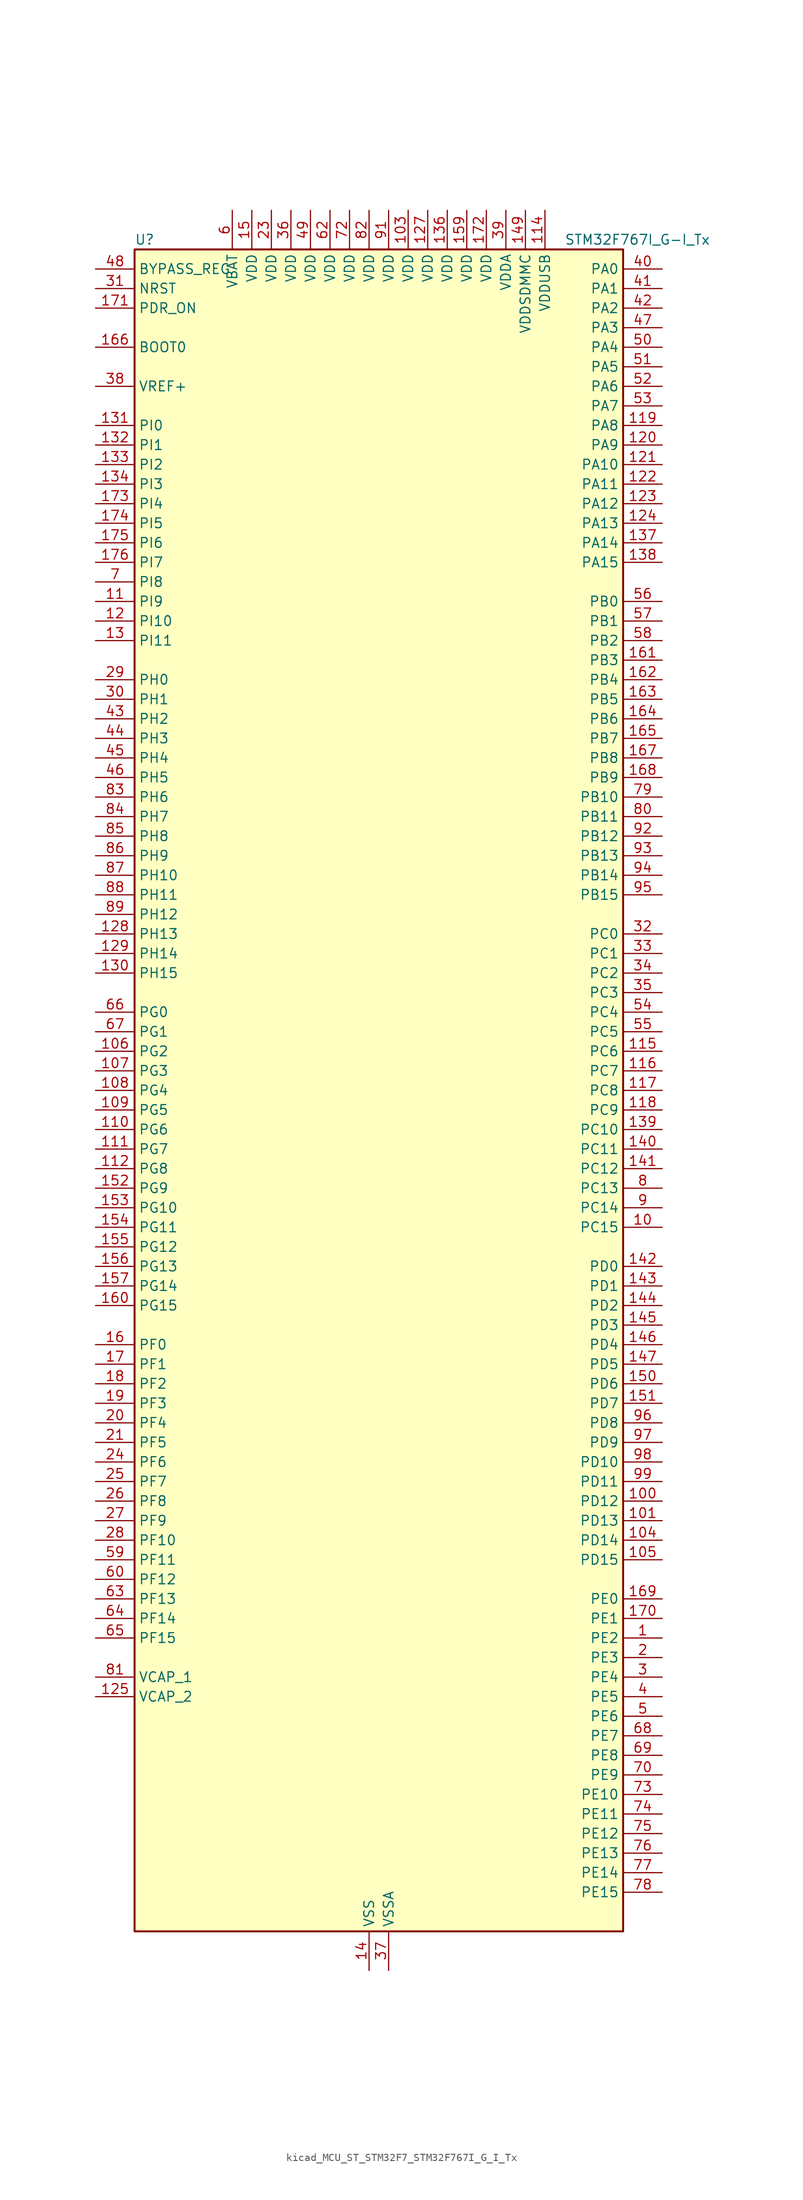
<source format=kicad_sym>
(kicad_symbol_lib
  (version 20220914)
  (generator kicad_symbol_editor)
  (symbol "kicad_MCU_ST_STM32F7_STM32F767I_G_I_Tx"
    (property "Reference" "U"
      (at -30.48 110.49 0)
      (effects (font (size 1.27 1.27)) (justify left)))
    (property "Value" "STM32F767I_G-I_Tx"
      (at 25.4 110.49 0)
      (effects (font (size 1.27 1.27)) (justify left)))
    (property "ki_locked" ""
      (at 0 0 0)
      (effects (font (size 1.27 1.27))))
    (symbol "kicad_MCU_ST_STM32F7_STM32F767I_G_I_Tx_0_1"
      (rectangle (start -30.48 -109.22) (end 33.02 109.22) (stroke (width 0.254) (type default)) (fill (type background))))
    (symbol "kicad_MCU_ST_STM32F7_STM32F767I_G_I_Tx_1_1"
      (pin bidirectional line (at 38.1 -71.12 180) (length 5.08) (name "PE2" (effects (font (size 1.27 1.27)))) (number "1" (effects (font (size 1.27 1.27)))) (alternate "ETH_TXD3" bidirectional line) (alternate "FMC_A23" bidirectional line) (alternate "QUADSPI_BK1_IO2" bidirectional line) (alternate "SAI1_MCLK_A" bidirectional line) (alternate "SPI4_SCK" bidirectional line) (alternate "SYS_TRACECLK" bidirectional line))
      (pin bidirectional line (at 38.1 -17.78 180) (length 5.08) (name "PC15" (effects (font (size 1.27 1.27)))) (number "10" (effects (font (size 1.27 1.27)))) (alternate "RCC_OSC32_OUT" bidirectional line))
      (pin bidirectional line (at 38.1 -53.34 180) (length 5.08) (name "PD12" (effects (font (size 1.27 1.27)))) (number "100" (effects (font (size 1.27 1.27)))) (alternate "FMC_A17" bidirectional line) (alternate "FMC_ALE" bidirectional line) (alternate "I2C4_SCL" bidirectional line) (alternate "LPTIM1_IN1" bidirectional line) (alternate "QUADSPI_BK1_IO1" bidirectional line) (alternate "SAI2_FS_A" bidirectional line) (alternate "TIM4_CH1" bidirectional line) (alternate "USART3_DE" bidirectional line) (alternate "USART3_RTS" bidirectional line))
      (pin bidirectional line (at 38.1 -55.88 180) (length 5.08) (name "PD13" (effects (font (size 1.27 1.27)))) (number "101" (effects (font (size 1.27 1.27)))) (alternate "FMC_A18" bidirectional line) (alternate "I2C4_SDA" bidirectional line) (alternate "LPTIM1_OUT" bidirectional line) (alternate "QUADSPI_BK1_IO3" bidirectional line) (alternate "SAI2_SCK_A" bidirectional line) (alternate "TIM4_CH2" bidirectional line))
      (pin passive line (at 0 -114.3 90) (length 5.08) hide (name "VSS" (effects (font (size 1.27 1.27)))) (number "102" (effects (font (size 1.27 1.27)))))
      (pin power_in line (at 5.08 114.3 270) (length 5.08) (name "VDD" (effects (font (size 1.27 1.27)))) (number "103" (effects (font (size 1.27 1.27)))))
      (pin bidirectional line (at 38.1 -58.42 180) (length 5.08) (name "PD14" (effects (font (size 1.27 1.27)))) (number "104" (effects (font (size 1.27 1.27)))) (alternate "FMC_D0" bidirectional line) (alternate "FMC_DA0" bidirectional line) (alternate "TIM4_CH3" bidirectional line) (alternate "UART8_CTS" bidirectional line))
      (pin bidirectional line (at 38.1 -60.96 180) (length 5.08) (name "PD15" (effects (font (size 1.27 1.27)))) (number "105" (effects (font (size 1.27 1.27)))) (alternate "FMC_D1" bidirectional line) (alternate "FMC_DA1" bidirectional line) (alternate "TIM4_CH4" bidirectional line) (alternate "UART8_DE" bidirectional line) (alternate "UART8_RTS" bidirectional line))
      (pin bidirectional line (at -35.56 5.08 0) (length 5.08) (name "PG2" (effects (font (size 1.27 1.27)))) (number "106" (effects (font (size 1.27 1.27)))) (alternate "FMC_A12" bidirectional line))
      (pin bidirectional line (at -35.56 2.54 0) (length 5.08) (name "PG3" (effects (font (size 1.27 1.27)))) (number "107" (effects (font (size 1.27 1.27)))) (alternate "FMC_A13" bidirectional line))
      (pin bidirectional line (at -35.56 0 0) (length 5.08) (name "PG4" (effects (font (size 1.27 1.27)))) (number "108" (effects (font (size 1.27 1.27)))) (alternate "FMC_A14" bidirectional line) (alternate "FMC_BA0" bidirectional line))
      (pin bidirectional line (at -35.56 -2.54 0) (length 5.08) (name "PG5" (effects (font (size 1.27 1.27)))) (number "109" (effects (font (size 1.27 1.27)))) (alternate "FMC_A15" bidirectional line) (alternate "FMC_BA1" bidirectional line))
      (pin bidirectional line (at -35.56 63.5 0) (length 5.08) (name "PI9" (effects (font (size 1.27 1.27)))) (number "11" (effects (font (size 1.27 1.27)))) (alternate "CAN1_RX" bidirectional line) (alternate "DAC_EXTI9" bidirectional line) (alternate "FMC_D30" bidirectional line) (alternate "LTDC_VSYNC" bidirectional line) (alternate "UART4_RX" bidirectional line))
      (pin bidirectional line (at -35.56 -5.08 0) (length 5.08) (name "PG6" (effects (font (size 1.27 1.27)))) (number "110" (effects (font (size 1.27 1.27)))) (alternate "DCMI_D12" bidirectional line) (alternate "FMC_NE3" bidirectional line) (alternate "LTDC_R7" bidirectional line))
      (pin bidirectional line (at -35.56 -7.62 0) (length 5.08) (name "PG7" (effects (font (size 1.27 1.27)))) (number "111" (effects (font (size 1.27 1.27)))) (alternate "DCMI_D13" bidirectional line) (alternate "FMC_INT" bidirectional line) (alternate "LTDC_CLK" bidirectional line) (alternate "SAI1_MCLK_A" bidirectional line) (alternate "USART6_CK" bidirectional line))
      (pin bidirectional line (at -35.56 -10.16 0) (length 5.08) (name "PG8" (effects (font (size 1.27 1.27)))) (number "112" (effects (font (size 1.27 1.27)))) (alternate "ETH_PPS_OUT" bidirectional line) (alternate "FMC_SDCLK" bidirectional line) (alternate "LTDC_G7" bidirectional line) (alternate "SPDIFRX_IN2" bidirectional line) (alternate "SPI6_NSS" bidirectional line) (alternate "USART6_DE" bidirectional line) (alternate "USART6_RTS" bidirectional line))
      (pin passive line (at 0 -114.3 90) (length 5.08) hide (name "VSS" (effects (font (size 1.27 1.27)))) (number "113" (effects (font (size 1.27 1.27)))))
      (pin power_in line (at 22.86 114.3 270) (length 5.08) (name "VDDUSB" (effects (font (size 1.27 1.27)))) (number "114" (effects (font (size 1.27 1.27)))))
      (pin bidirectional line (at 38.1 5.08 180) (length 5.08) (name "PC6" (effects (font (size 1.27 1.27)))) (number "115" (effects (font (size 1.27 1.27)))) (alternate "DCMI_D0" bidirectional line) (alternate "DFSDM1_CKIN3" bidirectional line) (alternate "FMC_NWAIT" bidirectional line) (alternate "I2S2_MCK" bidirectional line) (alternate "LTDC_HSYNC" bidirectional line) (alternate "SDMMC1_D6" bidirectional line) (alternate "SDMMC2_D6" bidirectional line) (alternate "TIM3_CH1" bidirectional line) (alternate "TIM8_CH1" bidirectional line) (alternate "USART6_TX" bidirectional line))
      (pin bidirectional line (at 38.1 2.54 180) (length 5.08) (name "PC7" (effects (font (size 1.27 1.27)))) (number "116" (effects (font (size 1.27 1.27)))) (alternate "DCMI_D1" bidirectional line) (alternate "DFSDM1_DATIN3" bidirectional line) (alternate "FMC_NE1" bidirectional line) (alternate "I2S3_MCK" bidirectional line) (alternate "LTDC_G6" bidirectional line) (alternate "SDMMC1_D7" bidirectional line) (alternate "SDMMC2_D7" bidirectional line) (alternate "TIM3_CH2" bidirectional line) (alternate "TIM8_CH2" bidirectional line) (alternate "USART6_RX" bidirectional line))
      (pin bidirectional line (at 38.1 0 180) (length 5.08) (name "PC8" (effects (font (size 1.27 1.27)))) (number "117" (effects (font (size 1.27 1.27)))) (alternate "DCMI_D2" bidirectional line) (alternate "FMC_NCE" bidirectional line) (alternate "FMC_NE2" bidirectional line) (alternate "SDMMC1_D0" bidirectional line) (alternate "SYS_TRACED1" bidirectional line) (alternate "TIM3_CH3" bidirectional line) (alternate "TIM8_CH3" bidirectional line) (alternate "UART5_DE" bidirectional line) (alternate "UART5_RTS" bidirectional line) (alternate "USART6_CK" bidirectional line))
      (pin bidirectional line (at 38.1 -2.54 180) (length 5.08) (name "PC9" (effects (font (size 1.27 1.27)))) (number "118" (effects (font (size 1.27 1.27)))) (alternate "DAC_EXTI9" bidirectional line) (alternate "DCMI_D3" bidirectional line) (alternate "I2C3_SDA" bidirectional line) (alternate "I2S_CKIN" bidirectional line) (alternate "LTDC_B2" bidirectional line) (alternate "LTDC_G3" bidirectional line) (alternate "QUADSPI_BK1_IO0" bidirectional line) (alternate "RCC_MCO_2" bidirectional line) (alternate "SDMMC1_D1" bidirectional line) (alternate "TIM3_CH4" bidirectional line) (alternate "TIM8_CH4" bidirectional line) (alternate "UART5_CTS" bidirectional line))
      (pin bidirectional line (at 38.1 86.36 180) (length 5.08) (name "PA8" (effects (font (size 1.27 1.27)))) (number "119" (effects (font (size 1.27 1.27)))) (alternate "CAN3_RX" bidirectional line) (alternate "I2C3_SCL" bidirectional line) (alternate "LTDC_B3" bidirectional line) (alternate "LTDC_R6" bidirectional line) (alternate "RCC_MCO_1" bidirectional line) (alternate "TIM1_CH1" bidirectional line) (alternate "TIM8_BKIN2" bidirectional line) (alternate "UART7_RX" bidirectional line) (alternate "USART1_CK" bidirectional line) (alternate "USB_OTG_FS_SOF" bidirectional line))
      (pin bidirectional line (at -35.56 60.96 0) (length 5.08) (name "PI10" (effects (font (size 1.27 1.27)))) (number "12" (effects (font (size 1.27 1.27)))) (alternate "ETH_RX_ER" bidirectional line) (alternate "FMC_D31" bidirectional line) (alternate "LTDC_HSYNC" bidirectional line))
      (pin bidirectional line (at 38.1 83.82 180) (length 5.08) (name "PA9" (effects (font (size 1.27 1.27)))) (number "120" (effects (font (size 1.27 1.27)))) (alternate "DAC_EXTI9" bidirectional line) (alternate "DCMI_D0" bidirectional line) (alternate "I2C3_SMBA" bidirectional line) (alternate "I2S2_CK" bidirectional line) (alternate "LTDC_R5" bidirectional line) (alternate "SPI2_SCK" bidirectional line) (alternate "TIM1_CH2" bidirectional line) (alternate "USART1_TX" bidirectional line) (alternate "USB_OTG_FS_VBUS" bidirectional line))
      (pin bidirectional line (at 38.1 81.28 180) (length 5.08) (name "PA10" (effects (font (size 1.27 1.27)))) (number "121" (effects (font (size 1.27 1.27)))) (alternate "DCMI_D1" bidirectional line) (alternate "LTDC_B1" bidirectional line) (alternate "LTDC_B4" bidirectional line) (alternate "MDIOS_MDIO" bidirectional line) (alternate "TIM1_CH3" bidirectional line) (alternate "USART1_RX" bidirectional line) (alternate "USB_OTG_FS_ID" bidirectional line))
      (pin bidirectional line (at 38.1 78.74 180) (length 5.08) (name "PA11" (effects (font (size 1.27 1.27)))) (number "122" (effects (font (size 1.27 1.27)))) (alternate "ADC1_EXTI11" bidirectional line) (alternate "ADC2_EXTI11" bidirectional line) (alternate "ADC3_EXTI11" bidirectional line) (alternate "CAN1_RX" bidirectional line) (alternate "I2S2_WS" bidirectional line) (alternate "LTDC_R4" bidirectional line) (alternate "SPI2_NSS" bidirectional line) (alternate "TIM1_CH4" bidirectional line) (alternate "UART4_RX" bidirectional line) (alternate "USART1_CTS" bidirectional line) (alternate "USB_OTG_FS_DM" bidirectional line))
      (pin bidirectional line (at 38.1 76.2 180) (length 5.08) (name "PA12" (effects (font (size 1.27 1.27)))) (number "123" (effects (font (size 1.27 1.27)))) (alternate "CAN1_TX" bidirectional line) (alternate "I2S2_CK" bidirectional line) (alternate "LTDC_R5" bidirectional line) (alternate "SAI2_FS_B" bidirectional line) (alternate "SPI2_SCK" bidirectional line) (alternate "TIM1_ETR" bidirectional line) (alternate "UART4_TX" bidirectional line) (alternate "USART1_DE" bidirectional line) (alternate "USART1_RTS" bidirectional line) (alternate "USB_OTG_FS_DP" bidirectional line))
      (pin bidirectional line (at 38.1 73.66 180) (length 5.08) (name "PA13" (effects (font (size 1.27 1.27)))) (number "124" (effects (font (size 1.27 1.27)))) (alternate "SYS_JTMS-SWDIO" bidirectional line))
      (pin power_out line (at -35.56 -78.74 0) (length 5.08) (name "VCAP_2" (effects (font (size 1.27 1.27)))) (number "125" (effects (font (size 1.27 1.27)))))
      (pin passive line (at 0 -114.3 90) (length 5.08) hide (name "VSS" (effects (font (size 1.27 1.27)))) (number "126" (effects (font (size 1.27 1.27)))))
      (pin power_in line (at 7.62 114.3 270) (length 5.08) (name "VDD" (effects (font (size 1.27 1.27)))) (number "127" (effects (font (size 1.27 1.27)))))
      (pin bidirectional line (at -35.56 20.32 0) (length 5.08) (name "PH13" (effects (font (size 1.27 1.27)))) (number "128" (effects (font (size 1.27 1.27)))) (alternate "CAN1_TX" bidirectional line) (alternate "FMC_D21" bidirectional line) (alternate "LTDC_G2" bidirectional line) (alternate "TIM8_CH1N" bidirectional line) (alternate "UART4_TX" bidirectional line))
      (pin bidirectional line (at -35.56 17.78 0) (length 5.08) (name "PH14" (effects (font (size 1.27 1.27)))) (number "129" (effects (font (size 1.27 1.27)))) (alternate "CAN1_RX" bidirectional line) (alternate "DCMI_D4" bidirectional line) (alternate "FMC_D22" bidirectional line) (alternate "LTDC_G3" bidirectional line) (alternate "TIM8_CH2N" bidirectional line) (alternate "UART4_RX" bidirectional line))
      (pin bidirectional line (at -35.56 58.42 0) (length 5.08) (name "PI11" (effects (font (size 1.27 1.27)))) (number "13" (effects (font (size 1.27 1.27)))) (alternate "ADC1_EXTI11" bidirectional line) (alternate "ADC2_EXTI11" bidirectional line) (alternate "ADC3_EXTI11" bidirectional line) (alternate "LTDC_G6" bidirectional line) (alternate "SYS_WKUP6" bidirectional line) (alternate "USB_OTG_HS_ULPI_DIR" bidirectional line))
      (pin bidirectional line (at -35.56 15.24 0) (length 5.08) (name "PH15" (effects (font (size 1.27 1.27)))) (number "130" (effects (font (size 1.27 1.27)))) (alternate "DCMI_D11" bidirectional line) (alternate "FMC_D23" bidirectional line) (alternate "LTDC_G4" bidirectional line) (alternate "TIM8_CH3N" bidirectional line))
      (pin bidirectional line (at -35.56 86.36 0) (length 5.08) (name "PI0" (effects (font (size 1.27 1.27)))) (number "131" (effects (font (size 1.27 1.27)))) (alternate "DCMI_D13" bidirectional line) (alternate "FMC_D24" bidirectional line) (alternate "I2S2_WS" bidirectional line) (alternate "LTDC_G5" bidirectional line) (alternate "SPI2_NSS" bidirectional line) (alternate "TIM5_CH4" bidirectional line))
      (pin bidirectional line (at -35.56 83.82 0) (length 5.08) (name "PI1" (effects (font (size 1.27 1.27)))) (number "132" (effects (font (size 1.27 1.27)))) (alternate "DCMI_D8" bidirectional line) (alternate "FMC_D25" bidirectional line) (alternate "I2S2_CK" bidirectional line) (alternate "LTDC_G6" bidirectional line) (alternate "SPI2_SCK" bidirectional line) (alternate "TIM8_BKIN2" bidirectional line))
      (pin bidirectional line (at -35.56 81.28 0) (length 5.08) (name "PI2" (effects (font (size 1.27 1.27)))) (number "133" (effects (font (size 1.27 1.27)))) (alternate "DCMI_D9" bidirectional line) (alternate "FMC_D26" bidirectional line) (alternate "LTDC_G7" bidirectional line) (alternate "SPI2_MISO" bidirectional line) (alternate "TIM8_CH4" bidirectional line))
      (pin bidirectional line (at -35.56 78.74 0) (length 5.08) (name "PI3" (effects (font (size 1.27 1.27)))) (number "134" (effects (font (size 1.27 1.27)))) (alternate "DCMI_D10" bidirectional line) (alternate "FMC_D27" bidirectional line) (alternate "I2S2_SD" bidirectional line) (alternate "SPI2_MOSI" bidirectional line) (alternate "TIM8_ETR" bidirectional line))
      (pin passive line (at 0 -114.3 90) (length 5.08) hide (name "VSS" (effects (font (size 1.27 1.27)))) (number "135" (effects (font (size 1.27 1.27)))))
      (pin power_in line (at 10.16 114.3 270) (length 5.08) (name "VDD" (effects (font (size 1.27 1.27)))) (number "136" (effects (font (size 1.27 1.27)))))
      (pin bidirectional line (at 38.1 71.12 180) (length 5.08) (name "PA14" (effects (font (size 1.27 1.27)))) (number "137" (effects (font (size 1.27 1.27)))) (alternate "SYS_JTCK-SWCLK" bidirectional line))
      (pin bidirectional line (at 38.1 68.58 180) (length 5.08) (name "PA15" (effects (font (size 1.27 1.27)))) (number "138" (effects (font (size 1.27 1.27)))) (alternate "CAN3_TX" bidirectional line) (alternate "CEC" bidirectional line) (alternate "I2S1_WS" bidirectional line) (alternate "I2S3_WS" bidirectional line) (alternate "SPI1_NSS" bidirectional line) (alternate "SPI3_NSS" bidirectional line) (alternate "SPI6_NSS" bidirectional line) (alternate "SYS_JTDI" bidirectional line) (alternate "TIM2_CH1" bidirectional line) (alternate "TIM2_ETR" bidirectional line) (alternate "UART4_DE" bidirectional line) (alternate "UART4_RTS" bidirectional line) (alternate "UART7_TX" bidirectional line))
      (pin bidirectional line (at 38.1 -5.08 180) (length 5.08) (name "PC10" (effects (font (size 1.27 1.27)))) (number "139" (effects (font (size 1.27 1.27)))) (alternate "DCMI_D8" bidirectional line) (alternate "DFSDM1_CKIN5" bidirectional line) (alternate "I2S3_CK" bidirectional line) (alternate "LTDC_R2" bidirectional line) (alternate "QUADSPI_BK1_IO1" bidirectional line) (alternate "SDMMC1_D2" bidirectional line) (alternate "SPI3_SCK" bidirectional line) (alternate "UART4_TX" bidirectional line) (alternate "USART3_TX" bidirectional line))
      (pin power_in line (at 0 -114.3 90) (length 5.08) (name "VSS" (effects (font (size 1.27 1.27)))) (number "14" (effects (font (size 1.27 1.27)))))
      (pin bidirectional line (at 38.1 -7.62 180) (length 5.08) (name "PC11" (effects (font (size 1.27 1.27)))) (number "140" (effects (font (size 1.27 1.27)))) (alternate "ADC1_EXTI11" bidirectional line) (alternate "ADC2_EXTI11" bidirectional line) (alternate "ADC3_EXTI11" bidirectional line) (alternate "DCMI_D4" bidirectional line) (alternate "DFSDM1_DATIN5" bidirectional line) (alternate "QUADSPI_BK2_NCS" bidirectional line) (alternate "SDMMC1_D3" bidirectional line) (alternate "SPI3_MISO" bidirectional line) (alternate "UART4_RX" bidirectional line) (alternate "USART3_RX" bidirectional line))
      (pin bidirectional line (at 38.1 -10.16 180) (length 5.08) (name "PC12" (effects (font (size 1.27 1.27)))) (number "141" (effects (font (size 1.27 1.27)))) (alternate "DCMI_D9" bidirectional line) (alternate "I2S3_SD" bidirectional line) (alternate "SDMMC1_CK" bidirectional line) (alternate "SPI3_MOSI" bidirectional line) (alternate "SYS_TRACED3" bidirectional line) (alternate "UART5_TX" bidirectional line) (alternate "USART3_CK" bidirectional line))
      (pin bidirectional line (at 38.1 -22.86 180) (length 5.08) (name "PD0" (effects (font (size 1.27 1.27)))) (number "142" (effects (font (size 1.27 1.27)))) (alternate "CAN1_RX" bidirectional line) (alternate "DFSDM1_CKIN6" bidirectional line) (alternate "DFSDM1_DATIN7" bidirectional line) (alternate "FMC_D2" bidirectional line) (alternate "FMC_DA2" bidirectional line) (alternate "UART4_RX" bidirectional line))
      (pin bidirectional line (at 38.1 -25.4 180) (length 5.08) (name "PD1" (effects (font (size 1.27 1.27)))) (number "143" (effects (font (size 1.27 1.27)))) (alternate "CAN1_TX" bidirectional line) (alternate "DFSDM1_CKIN7" bidirectional line) (alternate "DFSDM1_DATIN6" bidirectional line) (alternate "FMC_D3" bidirectional line) (alternate "FMC_DA3" bidirectional line) (alternate "UART4_TX" bidirectional line))
      (pin bidirectional line (at 38.1 -27.94 180) (length 5.08) (name "PD2" (effects (font (size 1.27 1.27)))) (number "144" (effects (font (size 1.27 1.27)))) (alternate "DCMI_D11" bidirectional line) (alternate "SDMMC1_CMD" bidirectional line) (alternate "SYS_TRACED2" bidirectional line) (alternate "TIM3_ETR" bidirectional line) (alternate "UART5_RX" bidirectional line))
      (pin bidirectional line (at 38.1 -30.48 180) (length 5.08) (name "PD3" (effects (font (size 1.27 1.27)))) (number "145" (effects (font (size 1.27 1.27)))) (alternate "DCMI_D5" bidirectional line) (alternate "DFSDM1_CKOUT" bidirectional line) (alternate "DFSDM1_DATIN0" bidirectional line) (alternate "FMC_CLK" bidirectional line) (alternate "I2S2_CK" bidirectional line) (alternate "LTDC_G7" bidirectional line) (alternate "SPI2_SCK" bidirectional line) (alternate "USART2_CTS" bidirectional line))
      (pin bidirectional line (at 38.1 -33.02 180) (length 5.08) (name "PD4" (effects (font (size 1.27 1.27)))) (number "146" (effects (font (size 1.27 1.27)))) (alternate "DFSDM1_CKIN0" bidirectional line) (alternate "FMC_NOE" bidirectional line) (alternate "USART2_DE" bidirectional line) (alternate "USART2_RTS" bidirectional line))
      (pin bidirectional line (at 38.1 -35.56 180) (length 5.08) (name "PD5" (effects (font (size 1.27 1.27)))) (number "147" (effects (font (size 1.27 1.27)))) (alternate "FMC_NWE" bidirectional line) (alternate "USART2_TX" bidirectional line))
      (pin passive line (at 0 -114.3 90) (length 5.08) hide (name "VSS" (effects (font (size 1.27 1.27)))) (number "148" (effects (font (size 1.27 1.27)))))
      (pin power_in line (at 20.32 114.3 270) (length 5.08) (name "VDDSDMMC" (effects (font (size 1.27 1.27)))) (number "149" (effects (font (size 1.27 1.27)))))
      (pin power_in line (at -15.24 114.3 270) (length 5.08) (name "VDD" (effects (font (size 1.27 1.27)))) (number "15" (effects (font (size 1.27 1.27)))))
      (pin bidirectional line (at 38.1 -38.1 180) (length 5.08) (name "PD6" (effects (font (size 1.27 1.27)))) (number "150" (effects (font (size 1.27 1.27)))) (alternate "DCMI_D10" bidirectional line) (alternate "DFSDM1_CKIN4" bidirectional line) (alternate "DFSDM1_DATIN1" bidirectional line) (alternate "FMC_NWAIT" bidirectional line) (alternate "I2S3_SD" bidirectional line) (alternate "LTDC_B2" bidirectional line) (alternate "SAI1_SD_A" bidirectional line) (alternate "SDMMC2_CK" bidirectional line) (alternate "SPI3_MOSI" bidirectional line) (alternate "USART2_RX" bidirectional line))
      (pin bidirectional line (at 38.1 -40.64 180) (length 5.08) (name "PD7" (effects (font (size 1.27 1.27)))) (number "151" (effects (font (size 1.27 1.27)))) (alternate "DFSDM1_CKIN1" bidirectional line) (alternate "DFSDM1_DATIN4" bidirectional line) (alternate "FMC_NE1" bidirectional line) (alternate "I2S1_SD" bidirectional line) (alternate "SDMMC2_CMD" bidirectional line) (alternate "SPDIFRX_IN0" bidirectional line) (alternate "SPI1_MOSI" bidirectional line) (alternate "USART2_CK" bidirectional line))
      (pin bidirectional line (at -35.56 -12.7 0) (length 5.08) (name "PG9" (effects (font (size 1.27 1.27)))) (number "152" (effects (font (size 1.27 1.27)))) (alternate "DAC_EXTI9" bidirectional line) (alternate "DCMI_VSYNC" bidirectional line) (alternate "FMC_NCE" bidirectional line) (alternate "FMC_NE2" bidirectional line) (alternate "QUADSPI_BK2_IO2" bidirectional line) (alternate "SAI2_FS_B" bidirectional line) (alternate "SDMMC2_D0" bidirectional line) (alternate "SPDIFRX_IN3" bidirectional line) (alternate "SPI1_MISO" bidirectional line) (alternate "USART6_RX" bidirectional line))
      (pin bidirectional line (at -35.56 -15.24 0) (length 5.08) (name "PG10" (effects (font (size 1.27 1.27)))) (number "153" (effects (font (size 1.27 1.27)))) (alternate "DCMI_D2" bidirectional line) (alternate "FMC_NE3" bidirectional line) (alternate "I2S1_WS" bidirectional line) (alternate "LTDC_B2" bidirectional line) (alternate "LTDC_G3" bidirectional line) (alternate "SAI2_SD_B" bidirectional line) (alternate "SDMMC2_D1" bidirectional line) (alternate "SPI1_NSS" bidirectional line))
      (pin bidirectional line (at -35.56 -17.78 0) (length 5.08) (name "PG11" (effects (font (size 1.27 1.27)))) (number "154" (effects (font (size 1.27 1.27)))) (alternate "ADC1_EXTI11" bidirectional line) (alternate "ADC2_EXTI11" bidirectional line) (alternate "ADC3_EXTI11" bidirectional line) (alternate "DCMI_D3" bidirectional line) (alternate "ETH_TX_EN" bidirectional line) (alternate "I2S1_CK" bidirectional line) (alternate "LTDC_B3" bidirectional line) (alternate "SDMMC2_D2" bidirectional line) (alternate "SPDIFRX_IN0" bidirectional line) (alternate "SPI1_SCK" bidirectional line))
      (pin bidirectional line (at -35.56 -20.32 0) (length 5.08) (name "PG12" (effects (font (size 1.27 1.27)))) (number "155" (effects (font (size 1.27 1.27)))) (alternate "FMC_NE4" bidirectional line) (alternate "LPTIM1_IN1" bidirectional line) (alternate "LTDC_B1" bidirectional line) (alternate "LTDC_B4" bidirectional line) (alternate "SDMMC2_D3" bidirectional line) (alternate "SPDIFRX_IN1" bidirectional line) (alternate "SPI6_MISO" bidirectional line) (alternate "USART6_DE" bidirectional line) (alternate "USART6_RTS" bidirectional line))
      (pin bidirectional line (at -35.56 -22.86 0) (length 5.08) (name "PG13" (effects (font (size 1.27 1.27)))) (number "156" (effects (font (size 1.27 1.27)))) (alternate "ETH_TXD0" bidirectional line) (alternate "FMC_A24" bidirectional line) (alternate "LPTIM1_OUT" bidirectional line) (alternate "LTDC_R0" bidirectional line) (alternate "SPI6_SCK" bidirectional line) (alternate "SYS_TRACED0" bidirectional line) (alternate "USART6_CTS" bidirectional line))
      (pin bidirectional line (at -35.56 -25.4 0) (length 5.08) (name "PG14" (effects (font (size 1.27 1.27)))) (number "157" (effects (font (size 1.27 1.27)))) (alternate "ETH_TXD1" bidirectional line) (alternate "FMC_A25" bidirectional line) (alternate "LPTIM1_ETR" bidirectional line) (alternate "LTDC_B0" bidirectional line) (alternate "QUADSPI_BK2_IO3" bidirectional line) (alternate "SPI6_MOSI" bidirectional line) (alternate "SYS_TRACED1" bidirectional line) (alternate "USART6_TX" bidirectional line))
      (pin passive line (at 0 -114.3 90) (length 5.08) hide (name "VSS" (effects (font (size 1.27 1.27)))) (number "158" (effects (font (size 1.27 1.27)))))
      (pin power_in line (at 12.7 114.3 270) (length 5.08) (name "VDD" (effects (font (size 1.27 1.27)))) (number "159" (effects (font (size 1.27 1.27)))))
      (pin bidirectional line (at -35.56 -33.02 0) (length 5.08) (name "PF0" (effects (font (size 1.27 1.27)))) (number "16" (effects (font (size 1.27 1.27)))) (alternate "FMC_A0" bidirectional line) (alternate "I2C2_SDA" bidirectional line))
      (pin bidirectional line (at -35.56 -27.94 0) (length 5.08) (name "PG15" (effects (font (size 1.27 1.27)))) (number "160" (effects (font (size 1.27 1.27)))) (alternate "DCMI_D13" bidirectional line) (alternate "FMC_SDNCAS" bidirectional line) (alternate "USART6_CTS" bidirectional line))
      (pin bidirectional line (at 38.1 55.88 180) (length 5.08) (name "PB3" (effects (font (size 1.27 1.27)))) (number "161" (effects (font (size 1.27 1.27)))) (alternate "CAN3_RX" bidirectional line) (alternate "I2S1_CK" bidirectional line) (alternate "I2S3_CK" bidirectional line) (alternate "SDMMC2_D2" bidirectional line) (alternate "SPI1_SCK" bidirectional line) (alternate "SPI3_SCK" bidirectional line) (alternate "SPI6_SCK" bidirectional line) (alternate "SYS_JTDO-SWO" bidirectional line) (alternate "TIM2_CH2" bidirectional line) (alternate "UART7_RX" bidirectional line))
      (pin bidirectional line (at 38.1 53.34 180) (length 5.08) (name "PB4" (effects (font (size 1.27 1.27)))) (number "162" (effects (font (size 1.27 1.27)))) (alternate "CAN3_TX" bidirectional line) (alternate "I2S2_WS" bidirectional line) (alternate "SDMMC2_D3" bidirectional line) (alternate "SPI1_MISO" bidirectional line) (alternate "SPI2_NSS" bidirectional line) (alternate "SPI3_MISO" bidirectional line) (alternate "SPI6_MISO" bidirectional line) (alternate "SYS_JTRST" bidirectional line) (alternate "TIM3_CH1" bidirectional line) (alternate "UART7_TX" bidirectional line))
      (pin bidirectional line (at 38.1 50.8 180) (length 5.08) (name "PB5" (effects (font (size 1.27 1.27)))) (number "163" (effects (font (size 1.27 1.27)))) (alternate "CAN2_RX" bidirectional line) (alternate "DCMI_D10" bidirectional line) (alternate "ETH_PPS_OUT" bidirectional line) (alternate "FMC_SDCKE1" bidirectional line) (alternate "I2C1_SMBA" bidirectional line) (alternate "I2S1_SD" bidirectional line) (alternate "I2S3_SD" bidirectional line) (alternate "LTDC_G7" bidirectional line) (alternate "SPI1_MOSI" bidirectional line) (alternate "SPI3_MOSI" bidirectional line) (alternate "SPI6_MOSI" bidirectional line) (alternate "TIM3_CH2" bidirectional line) (alternate "UART5_RX" bidirectional line) (alternate "USB_OTG_HS_ULPI_D7" bidirectional line))
      (pin bidirectional line (at 38.1 48.26 180) (length 5.08) (name "PB6" (effects (font (size 1.27 1.27)))) (number "164" (effects (font (size 1.27 1.27)))) (alternate "CAN2_TX" bidirectional line) (alternate "CEC" bidirectional line) (alternate "DCMI_D5" bidirectional line) (alternate "DFSDM1_DATIN5" bidirectional line) (alternate "FMC_SDNE1" bidirectional line) (alternate "I2C1_SCL" bidirectional line) (alternate "I2C4_SCL" bidirectional line) (alternate "QUADSPI_BK1_NCS" bidirectional line) (alternate "TIM4_CH1" bidirectional line) (alternate "UART5_TX" bidirectional line) (alternate "USART1_TX" bidirectional line))
      (pin bidirectional line (at 38.1 45.72 180) (length 5.08) (name "PB7" (effects (font (size 1.27 1.27)))) (number "165" (effects (font (size 1.27 1.27)))) (alternate "DCMI_VSYNC" bidirectional line) (alternate "DFSDM1_CKIN5" bidirectional line) (alternate "FMC_NL" bidirectional line) (alternate "I2C1_SDA" bidirectional line) (alternate "I2C4_SDA" bidirectional line) (alternate "TIM4_CH2" bidirectional line) (alternate "USART1_RX" bidirectional line))
      (pin input line (at -35.56 96.52 0) (length 5.08) (name "BOOT0" (effects (font (size 1.27 1.27)))) (number "166" (effects (font (size 1.27 1.27)))))
      (pin bidirectional line (at 38.1 43.18 180) (length 5.08) (name "PB8" (effects (font (size 1.27 1.27)))) (number "167" (effects (font (size 1.27 1.27)))) (alternate "CAN1_RX" bidirectional line) (alternate "DCMI_D6" bidirectional line) (alternate "DFSDM1_CKIN7" bidirectional line) (alternate "ETH_TXD3" bidirectional line) (alternate "I2C1_SCL" bidirectional line) (alternate "I2C4_SCL" bidirectional line) (alternate "LTDC_B6" bidirectional line) (alternate "SDMMC1_D4" bidirectional line) (alternate "SDMMC2_D4" bidirectional line) (alternate "TIM10_CH1" bidirectional line) (alternate "TIM4_CH3" bidirectional line) (alternate "UART5_RX" bidirectional line))
      (pin bidirectional line (at 38.1 40.64 180) (length 5.08) (name "PB9" (effects (font (size 1.27 1.27)))) (number "168" (effects (font (size 1.27 1.27)))) (alternate "CAN1_TX" bidirectional line) (alternate "DAC_EXTI9" bidirectional line) (alternate "DCMI_D7" bidirectional line) (alternate "DFSDM1_DATIN7" bidirectional line) (alternate "I2C1_SDA" bidirectional line) (alternate "I2C4_SDA" bidirectional line) (alternate "I2C4_SMBA" bidirectional line) (alternate "I2S2_WS" bidirectional line) (alternate "LTDC_B7" bidirectional line) (alternate "SDMMC1_D5" bidirectional line) (alternate "SDMMC2_D5" bidirectional line) (alternate "SPI2_NSS" bidirectional line) (alternate "TIM11_CH1" bidirectional line) (alternate "TIM4_CH4" bidirectional line) (alternate "UART5_TX" bidirectional line))
      (pin bidirectional line (at 38.1 -66.04 180) (length 5.08) (name "PE0" (effects (font (size 1.27 1.27)))) (number "169" (effects (font (size 1.27 1.27)))) (alternate "DCMI_D2" bidirectional line) (alternate "FMC_NBL0" bidirectional line) (alternate "LPTIM1_ETR" bidirectional line) (alternate "SAI2_MCLK_A" bidirectional line) (alternate "TIM4_ETR" bidirectional line) (alternate "UART8_RX" bidirectional line))
      (pin bidirectional line (at -35.56 -35.56 0) (length 5.08) (name "PF1" (effects (font (size 1.27 1.27)))) (number "17" (effects (font (size 1.27 1.27)))) (alternate "FMC_A1" bidirectional line) (alternate "I2C2_SCL" bidirectional line))
      (pin bidirectional line (at 38.1 -68.58 180) (length 5.08) (name "PE1" (effects (font (size 1.27 1.27)))) (number "170" (effects (font (size 1.27 1.27)))) (alternate "DCMI_D3" bidirectional line) (alternate "FMC_NBL1" bidirectional line) (alternate "LPTIM1_IN2" bidirectional line) (alternate "UART8_TX" bidirectional line))
      (pin input line (at -35.56 101.6 0) (length 5.08) (name "PDR_ON" (effects (font (size 1.27 1.27)))) (number "171" (effects (font (size 1.27 1.27)))))
      (pin power_in line (at 15.24 114.3 270) (length 5.08) (name "VDD" (effects (font (size 1.27 1.27)))) (number "172" (effects (font (size 1.27 1.27)))))
      (pin bidirectional line (at -35.56 76.2 0) (length 5.08) (name "PI4" (effects (font (size 1.27 1.27)))) (number "173" (effects (font (size 1.27 1.27)))) (alternate "DCMI_D5" bidirectional line) (alternate "FMC_NBL2" bidirectional line) (alternate "LTDC_B4" bidirectional line) (alternate "SAI2_MCLK_A" bidirectional line) (alternate "TIM8_BKIN" bidirectional line))
      (pin bidirectional line (at -35.56 73.66 0) (length 5.08) (name "PI5" (effects (font (size 1.27 1.27)))) (number "174" (effects (font (size 1.27 1.27)))) (alternate "DCMI_VSYNC" bidirectional line) (alternate "FMC_NBL3" bidirectional line) (alternate "LTDC_B5" bidirectional line) (alternate "SAI2_SCK_A" bidirectional line) (alternate "TIM8_CH1" bidirectional line))
      (pin bidirectional line (at -35.56 71.12 0) (length 5.08) (name "PI6" (effects (font (size 1.27 1.27)))) (number "175" (effects (font (size 1.27 1.27)))) (alternate "DCMI_D6" bidirectional line) (alternate "FMC_D28" bidirectional line) (alternate "LTDC_B6" bidirectional line) (alternate "SAI2_SD_A" bidirectional line) (alternate "TIM8_CH2" bidirectional line))
      (pin bidirectional line (at -35.56 68.58 0) (length 5.08) (name "PI7" (effects (font (size 1.27 1.27)))) (number "176" (effects (font (size 1.27 1.27)))) (alternate "DCMI_D7" bidirectional line) (alternate "FMC_D29" bidirectional line) (alternate "LTDC_B7" bidirectional line) (alternate "SAI2_FS_A" bidirectional line) (alternate "TIM8_CH3" bidirectional line))
      (pin bidirectional line (at -35.56 -38.1 0) (length 5.08) (name "PF2" (effects (font (size 1.27 1.27)))) (number "18" (effects (font (size 1.27 1.27)))) (alternate "FMC_A2" bidirectional line) (alternate "I2C2_SMBA" bidirectional line))
      (pin bidirectional line (at -35.56 -40.64 0) (length 5.08) (name "PF3" (effects (font (size 1.27 1.27)))) (number "19" (effects (font (size 1.27 1.27)))) (alternate "ADC3_IN9" bidirectional line) (alternate "FMC_A3" bidirectional line))
      (pin bidirectional line (at 38.1 -73.66 180) (length 5.08) (name "PE3" (effects (font (size 1.27 1.27)))) (number "2" (effects (font (size 1.27 1.27)))) (alternate "FMC_A19" bidirectional line) (alternate "SAI1_SD_B" bidirectional line) (alternate "SYS_TRACED0" bidirectional line))
      (pin bidirectional line (at -35.56 -43.18 0) (length 5.08) (name "PF4" (effects (font (size 1.27 1.27)))) (number "20" (effects (font (size 1.27 1.27)))) (alternate "ADC3_IN14" bidirectional line) (alternate "FMC_A4" bidirectional line))
      (pin bidirectional line (at -35.56 -45.72 0) (length 5.08) (name "PF5" (effects (font (size 1.27 1.27)))) (number "21" (effects (font (size 1.27 1.27)))) (alternate "ADC3_IN15" bidirectional line) (alternate "FMC_A5" bidirectional line))
      (pin passive line (at 0 -114.3 90) (length 5.08) hide (name "VSS" (effects (font (size 1.27 1.27)))) (number "22" (effects (font (size 1.27 1.27)))))
      (pin power_in line (at -12.7 114.3 270) (length 5.08) (name "VDD" (effects (font (size 1.27 1.27)))) (number "23" (effects (font (size 1.27 1.27)))))
      (pin bidirectional line (at -35.56 -48.26 0) (length 5.08) (name "PF6" (effects (font (size 1.27 1.27)))) (number "24" (effects (font (size 1.27 1.27)))) (alternate "ADC3_IN4" bidirectional line) (alternate "QUADSPI_BK1_IO3" bidirectional line) (alternate "SAI1_SD_B" bidirectional line) (alternate "SPI5_NSS" bidirectional line) (alternate "TIM10_CH1" bidirectional line) (alternate "UART7_RX" bidirectional line))
      (pin bidirectional line (at -35.56 -50.8 0) (length 5.08) (name "PF7" (effects (font (size 1.27 1.27)))) (number "25" (effects (font (size 1.27 1.27)))) (alternate "ADC3_IN5" bidirectional line) (alternate "QUADSPI_BK1_IO2" bidirectional line) (alternate "SAI1_MCLK_B" bidirectional line) (alternate "SPI5_SCK" bidirectional line) (alternate "TIM11_CH1" bidirectional line) (alternate "UART7_TX" bidirectional line))
      (pin bidirectional line (at -35.56 -53.34 0) (length 5.08) (name "PF8" (effects (font (size 1.27 1.27)))) (number "26" (effects (font (size 1.27 1.27)))) (alternate "ADC3_IN6" bidirectional line) (alternate "QUADSPI_BK1_IO0" bidirectional line) (alternate "SAI1_SCK_B" bidirectional line) (alternate "SPI5_MISO" bidirectional line) (alternate "TIM13_CH1" bidirectional line) (alternate "UART7_DE" bidirectional line) (alternate "UART7_RTS" bidirectional line))
      (pin bidirectional line (at -35.56 -55.88 0) (length 5.08) (name "PF9" (effects (font (size 1.27 1.27)))) (number "27" (effects (font (size 1.27 1.27)))) (alternate "ADC3_IN7" bidirectional line) (alternate "DAC_EXTI9" bidirectional line) (alternate "QUADSPI_BK1_IO1" bidirectional line) (alternate "SAI1_FS_B" bidirectional line) (alternate "SPI5_MOSI" bidirectional line) (alternate "TIM14_CH1" bidirectional line) (alternate "UART7_CTS" bidirectional line))
      (pin bidirectional line (at -35.56 -58.42 0) (length 5.08) (name "PF10" (effects (font (size 1.27 1.27)))) (number "28" (effects (font (size 1.27 1.27)))) (alternate "ADC3_IN8" bidirectional line) (alternate "DCMI_D11" bidirectional line) (alternate "LTDC_DE" bidirectional line) (alternate "QUADSPI_CLK" bidirectional line))
      (pin bidirectional line (at -35.56 53.34 0) (length 5.08) (name "PH0" (effects (font (size 1.27 1.27)))) (number "29" (effects (font (size 1.27 1.27)))) (alternate "RCC_OSC_IN" bidirectional line))
      (pin bidirectional line (at 38.1 -76.2 180) (length 5.08) (name "PE4" (effects (font (size 1.27 1.27)))) (number "3" (effects (font (size 1.27 1.27)))) (alternate "DCMI_D4" bidirectional line) (alternate "DFSDM1_DATIN3" bidirectional line) (alternate "FMC_A20" bidirectional line) (alternate "LTDC_B0" bidirectional line) (alternate "SAI1_FS_A" bidirectional line) (alternate "SPI4_NSS" bidirectional line) (alternate "SYS_TRACED1" bidirectional line))
      (pin bidirectional line (at -35.56 50.8 0) (length 5.08) (name "PH1" (effects (font (size 1.27 1.27)))) (number "30" (effects (font (size 1.27 1.27)))) (alternate "RCC_OSC_OUT" bidirectional line))
      (pin input line (at -35.56 104.14 0) (length 5.08) (name "NRST" (effects (font (size 1.27 1.27)))) (number "31" (effects (font (size 1.27 1.27)))))
      (pin bidirectional line (at 38.1 20.32 180) (length 5.08) (name "PC0" (effects (font (size 1.27 1.27)))) (number "32" (effects (font (size 1.27 1.27)))) (alternate "ADC1_IN10" bidirectional line) (alternate "ADC2_IN10" bidirectional line) (alternate "ADC3_IN10" bidirectional line) (alternate "DFSDM1_CKIN0" bidirectional line) (alternate "DFSDM1_DATIN4" bidirectional line) (alternate "FMC_SDNWE" bidirectional line) (alternate "LTDC_R5" bidirectional line) (alternate "SAI2_FS_B" bidirectional line) (alternate "USB_OTG_HS_ULPI_STP" bidirectional line))
      (pin bidirectional line (at 38.1 17.78 180) (length 5.08) (name "PC1" (effects (font (size 1.27 1.27)))) (number "33" (effects (font (size 1.27 1.27)))) (alternate "ADC1_IN11" bidirectional line) (alternate "ADC2_IN11" bidirectional line) (alternate "ADC3_IN11" bidirectional line) (alternate "DFSDM1_CKIN4" bidirectional line) (alternate "DFSDM1_DATIN0" bidirectional line) (alternate "ETH_MDC" bidirectional line) (alternate "I2S2_SD" bidirectional line) (alternate "MDIOS_MDC" bidirectional line) (alternate "RTC_TAMP3" bidirectional line) (alternate "RTC_TS" bidirectional line) (alternate "SAI1_SD_A" bidirectional line) (alternate "SPI2_MOSI" bidirectional line) (alternate "SYS_TRACED0" bidirectional line) (alternate "SYS_WKUP3" bidirectional line))
      (pin bidirectional line (at 38.1 15.24 180) (length 5.08) (name "PC2" (effects (font (size 1.27 1.27)))) (number "34" (effects (font (size 1.27 1.27)))) (alternate "ADC1_IN12" bidirectional line) (alternate "ADC2_IN12" bidirectional line) (alternate "ADC3_IN12" bidirectional line) (alternate "DFSDM1_CKIN1" bidirectional line) (alternate "DFSDM1_CKOUT" bidirectional line) (alternate "ETH_TXD2" bidirectional line) (alternate "FMC_SDNE0" bidirectional line) (alternate "SPI2_MISO" bidirectional line) (alternate "USB_OTG_HS_ULPI_DIR" bidirectional line))
      (pin bidirectional line (at 38.1 12.7 180) (length 5.08) (name "PC3" (effects (font (size 1.27 1.27)))) (number "35" (effects (font (size 1.27 1.27)))) (alternate "ADC1_IN13" bidirectional line) (alternate "ADC2_IN13" bidirectional line) (alternate "ADC3_IN13" bidirectional line) (alternate "DFSDM1_DATIN1" bidirectional line) (alternate "ETH_TX_CLK" bidirectional line) (alternate "FMC_SDCKE0" bidirectional line) (alternate "I2S2_SD" bidirectional line) (alternate "SPI2_MOSI" bidirectional line) (alternate "USB_OTG_HS_ULPI_NXT" bidirectional line))
      (pin power_in line (at -10.16 114.3 270) (length 5.08) (name "VDD" (effects (font (size 1.27 1.27)))) (number "36" (effects (font (size 1.27 1.27)))))
      (pin power_in line (at 2.54 -114.3 90) (length 5.08) (name "VSSA" (effects (font (size 1.27 1.27)))) (number "37" (effects (font (size 1.27 1.27)))))
      (pin input line (at -35.56 91.44 0) (length 5.08) (name "VREF+" (effects (font (size 1.27 1.27)))) (number "38" (effects (font (size 1.27 1.27)))))
      (pin power_in line (at 17.78 114.3 270) (length 5.08) (name "VDDA" (effects (font (size 1.27 1.27)))) (number "39" (effects (font (size 1.27 1.27)))))
      (pin bidirectional line (at 38.1 -78.74 180) (length 5.08) (name "PE5" (effects (font (size 1.27 1.27)))) (number "4" (effects (font (size 1.27 1.27)))) (alternate "DCMI_D6" bidirectional line) (alternate "DFSDM1_CKIN3" bidirectional line) (alternate "FMC_A21" bidirectional line) (alternate "LTDC_G0" bidirectional line) (alternate "SAI1_SCK_A" bidirectional line) (alternate "SPI4_MISO" bidirectional line) (alternate "SYS_TRACED2" bidirectional line) (alternate "TIM9_CH1" bidirectional line))
      (pin bidirectional line (at 38.1 106.68 180) (length 5.08) (name "PA0" (effects (font (size 1.27 1.27)))) (number "40" (effects (font (size 1.27 1.27)))) (alternate "ADC1_IN0" bidirectional line) (alternate "ADC2_IN0" bidirectional line) (alternate "ADC3_IN0" bidirectional line) (alternate "ETH_CRS" bidirectional line) (alternate "SAI2_SD_B" bidirectional line) (alternate "SYS_WKUP1" bidirectional line) (alternate "TIM2_CH1" bidirectional line) (alternate "TIM2_ETR" bidirectional line) (alternate "TIM5_CH1" bidirectional line) (alternate "TIM8_ETR" bidirectional line) (alternate "UART4_TX" bidirectional line) (alternate "USART2_CTS" bidirectional line))
      (pin bidirectional line (at 38.1 104.14 180) (length 5.08) (name "PA1" (effects (font (size 1.27 1.27)))) (number "41" (effects (font (size 1.27 1.27)))) (alternate "ADC1_IN1" bidirectional line) (alternate "ADC2_IN1" bidirectional line) (alternate "ADC3_IN1" bidirectional line) (alternate "ETH_REF_CLK" bidirectional line) (alternate "ETH_RX_CLK" bidirectional line) (alternate "LTDC_R2" bidirectional line) (alternate "QUADSPI_BK1_IO3" bidirectional line) (alternate "SAI2_MCLK_B" bidirectional line) (alternate "TIM2_CH2" bidirectional line) (alternate "TIM5_CH2" bidirectional line) (alternate "UART4_RX" bidirectional line) (alternate "USART2_DE" bidirectional line) (alternate "USART2_RTS" bidirectional line))
      (pin bidirectional line (at 38.1 101.6 180) (length 5.08) (name "PA2" (effects (font (size 1.27 1.27)))) (number "42" (effects (font (size 1.27 1.27)))) (alternate "ADC1_IN2" bidirectional line) (alternate "ADC2_IN2" bidirectional line) (alternate "ADC3_IN2" bidirectional line) (alternate "ETH_MDIO" bidirectional line) (alternate "LTDC_R1" bidirectional line) (alternate "MDIOS_MDIO" bidirectional line) (alternate "SAI2_SCK_B" bidirectional line) (alternate "SYS_WKUP2" bidirectional line) (alternate "TIM2_CH3" bidirectional line) (alternate "TIM5_CH3" bidirectional line) (alternate "TIM9_CH1" bidirectional line) (alternate "USART2_TX" bidirectional line))
      (pin bidirectional line (at -35.56 48.26 0) (length 5.08) (name "PH2" (effects (font (size 1.27 1.27)))) (number "43" (effects (font (size 1.27 1.27)))) (alternate "ETH_CRS" bidirectional line) (alternate "FMC_SDCKE0" bidirectional line) (alternate "LPTIM1_IN2" bidirectional line) (alternate "LTDC_R0" bidirectional line) (alternate "QUADSPI_BK2_IO0" bidirectional line) (alternate "SAI2_SCK_B" bidirectional line))
      (pin bidirectional line (at -35.56 45.72 0) (length 5.08) (name "PH3" (effects (font (size 1.27 1.27)))) (number "44" (effects (font (size 1.27 1.27)))) (alternate "ETH_COL" bidirectional line) (alternate "FMC_SDNE0" bidirectional line) (alternate "LTDC_R1" bidirectional line) (alternate "QUADSPI_BK2_IO1" bidirectional line) (alternate "SAI2_MCLK_B" bidirectional line))
      (pin bidirectional line (at -35.56 43.18 0) (length 5.08) (name "PH4" (effects (font (size 1.27 1.27)))) (number "45" (effects (font (size 1.27 1.27)))) (alternate "I2C2_SCL" bidirectional line) (alternate "LTDC_G4" bidirectional line) (alternate "LTDC_G5" bidirectional line) (alternate "USB_OTG_HS_ULPI_NXT" bidirectional line))
      (pin bidirectional line (at -35.56 40.64 0) (length 5.08) (name "PH5" (effects (font (size 1.27 1.27)))) (number "46" (effects (font (size 1.27 1.27)))) (alternate "FMC_SDNWE" bidirectional line) (alternate "I2C2_SDA" bidirectional line) (alternate "SPI5_NSS" bidirectional line))
      (pin bidirectional line (at 38.1 99.06 180) (length 5.08) (name "PA3" (effects (font (size 1.27 1.27)))) (number "47" (effects (font (size 1.27 1.27)))) (alternate "ADC1_IN3" bidirectional line) (alternate "ADC2_IN3" bidirectional line) (alternate "ADC3_IN3" bidirectional line) (alternate "ETH_COL" bidirectional line) (alternate "LTDC_B2" bidirectional line) (alternate "LTDC_B5" bidirectional line) (alternate "TIM2_CH4" bidirectional line) (alternate "TIM5_CH4" bidirectional line) (alternate "TIM9_CH2" bidirectional line) (alternate "USART2_RX" bidirectional line) (alternate "USB_OTG_HS_ULPI_D0" bidirectional line))
      (pin input line (at -35.56 106.68 0) (length 5.08) (name "BYPASS_REG" (effects (font (size 1.27 1.27)))) (number "48" (effects (font (size 1.27 1.27)))))
      (pin power_in line (at -7.62 114.3 270) (length 5.08) (name "VDD" (effects (font (size 1.27 1.27)))) (number "49" (effects (font (size 1.27 1.27)))))
      (pin bidirectional line (at 38.1 -81.28 180) (length 5.08) (name "PE6" (effects (font (size 1.27 1.27)))) (number "5" (effects (font (size 1.27 1.27)))) (alternate "DCMI_D7" bidirectional line) (alternate "FMC_A22" bidirectional line) (alternate "LTDC_G1" bidirectional line) (alternate "SAI1_SD_A" bidirectional line) (alternate "SAI2_MCLK_B" bidirectional line) (alternate "SPI4_MOSI" bidirectional line) (alternate "SYS_TRACED3" bidirectional line) (alternate "TIM1_BKIN2" bidirectional line) (alternate "TIM9_CH2" bidirectional line))
      (pin bidirectional line (at 38.1 96.52 180) (length 5.08) (name "PA4" (effects (font (size 1.27 1.27)))) (number "50" (effects (font (size 1.27 1.27)))) (alternate "ADC1_IN4" bidirectional line) (alternate "ADC2_IN4" bidirectional line) (alternate "DAC_OUT1" bidirectional line) (alternate "DCMI_HSYNC" bidirectional line) (alternate "I2S1_WS" bidirectional line) (alternate "I2S3_WS" bidirectional line) (alternate "LTDC_VSYNC" bidirectional line) (alternate "SPI1_NSS" bidirectional line) (alternate "SPI3_NSS" bidirectional line) (alternate "SPI6_NSS" bidirectional line) (alternate "USART2_CK" bidirectional line) (alternate "USB_OTG_HS_SOF" bidirectional line))
      (pin bidirectional line (at 38.1 93.98 180) (length 5.08) (name "PA5" (effects (font (size 1.27 1.27)))) (number "51" (effects (font (size 1.27 1.27)))) (alternate "ADC1_IN5" bidirectional line) (alternate "ADC2_IN5" bidirectional line) (alternate "DAC_OUT2" bidirectional line) (alternate "I2S1_CK" bidirectional line) (alternate "LTDC_R4" bidirectional line) (alternate "SPI1_SCK" bidirectional line) (alternate "SPI6_SCK" bidirectional line) (alternate "TIM2_CH1" bidirectional line) (alternate "TIM2_ETR" bidirectional line) (alternate "TIM8_CH1N" bidirectional line) (alternate "USB_OTG_HS_ULPI_CK" bidirectional line))
      (pin bidirectional line (at 38.1 91.44 180) (length 5.08) (name "PA6" (effects (font (size 1.27 1.27)))) (number "52" (effects (font (size 1.27 1.27)))) (alternate "ADC1_IN6" bidirectional line) (alternate "ADC2_IN6" bidirectional line) (alternate "DCMI_PIXCLK" bidirectional line) (alternate "LTDC_G2" bidirectional line) (alternate "MDIOS_MDC" bidirectional line) (alternate "SPI1_MISO" bidirectional line) (alternate "SPI6_MISO" bidirectional line) (alternate "TIM13_CH1" bidirectional line) (alternate "TIM1_BKIN" bidirectional line) (alternate "TIM3_CH1" bidirectional line) (alternate "TIM8_BKIN" bidirectional line))
      (pin bidirectional line (at 38.1 88.9 180) (length 5.08) (name "PA7" (effects (font (size 1.27 1.27)))) (number "53" (effects (font (size 1.27 1.27)))) (alternate "ADC1_IN7" bidirectional line) (alternate "ADC2_IN7" bidirectional line) (alternate "ETH_CRS_DV" bidirectional line) (alternate "ETH_RX_DV" bidirectional line) (alternate "FMC_SDNWE" bidirectional line) (alternate "I2S1_SD" bidirectional line) (alternate "SPI1_MOSI" bidirectional line) (alternate "SPI6_MOSI" bidirectional line) (alternate "TIM14_CH1" bidirectional line) (alternate "TIM1_CH1N" bidirectional line) (alternate "TIM3_CH2" bidirectional line) (alternate "TIM8_CH1N" bidirectional line))
      (pin bidirectional line (at 38.1 10.16 180) (length 5.08) (name "PC4" (effects (font (size 1.27 1.27)))) (number "54" (effects (font (size 1.27 1.27)))) (alternate "ADC1_IN14" bidirectional line) (alternate "ADC2_IN14" bidirectional line) (alternate "DFSDM1_CKIN2" bidirectional line) (alternate "ETH_RXD0" bidirectional line) (alternate "FMC_SDNE0" bidirectional line) (alternate "I2S1_MCK" bidirectional line) (alternate "SPDIFRX_IN2" bidirectional line))
      (pin bidirectional line (at 38.1 7.62 180) (length 5.08) (name "PC5" (effects (font (size 1.27 1.27)))) (number "55" (effects (font (size 1.27 1.27)))) (alternate "ADC1_IN15" bidirectional line) (alternate "ADC2_IN15" bidirectional line) (alternate "DFSDM1_DATIN2" bidirectional line) (alternate "ETH_RXD1" bidirectional line) (alternate "FMC_SDCKE0" bidirectional line) (alternate "SPDIFRX_IN3" bidirectional line))
      (pin bidirectional line (at 38.1 63.5 180) (length 5.08) (name "PB0" (effects (font (size 1.27 1.27)))) (number "56" (effects (font (size 1.27 1.27)))) (alternate "ADC1_IN8" bidirectional line) (alternate "ADC2_IN8" bidirectional line) (alternate "DFSDM1_CKOUT" bidirectional line) (alternate "ETH_RXD2" bidirectional line) (alternate "LTDC_G1" bidirectional line) (alternate "LTDC_R3" bidirectional line) (alternate "TIM1_CH2N" bidirectional line) (alternate "TIM3_CH3" bidirectional line) (alternate "TIM8_CH2N" bidirectional line) (alternate "UART4_CTS" bidirectional line) (alternate "USB_OTG_HS_ULPI_D1" bidirectional line))
      (pin bidirectional line (at 38.1 60.96 180) (length 5.08) (name "PB1" (effects (font (size 1.27 1.27)))) (number "57" (effects (font (size 1.27 1.27)))) (alternate "ADC1_IN9" bidirectional line) (alternate "ADC2_IN9" bidirectional line) (alternate "DFSDM1_DATIN1" bidirectional line) (alternate "ETH_RXD3" bidirectional line) (alternate "LTDC_G0" bidirectional line) (alternate "LTDC_R6" bidirectional line) (alternate "TIM1_CH3N" bidirectional line) (alternate "TIM3_CH4" bidirectional line) (alternate "TIM8_CH3N" bidirectional line) (alternate "USB_OTG_HS_ULPI_D2" bidirectional line))
      (pin bidirectional line (at 38.1 58.42 180) (length 5.08) (name "PB2" (effects (font (size 1.27 1.27)))) (number "58" (effects (font (size 1.27 1.27)))) (alternate "DFSDM1_CKIN1" bidirectional line) (alternate "I2S3_SD" bidirectional line) (alternate "QUADSPI_CLK" bidirectional line) (alternate "SAI1_SD_A" bidirectional line) (alternate "SPI3_MOSI" bidirectional line))
      (pin bidirectional line (at -35.56 -60.96 0) (length 5.08) (name "PF11" (effects (font (size 1.27 1.27)))) (number "59" (effects (font (size 1.27 1.27)))) (alternate "ADC1_EXTI11" bidirectional line) (alternate "ADC2_EXTI11" bidirectional line) (alternate "ADC3_EXTI11" bidirectional line) (alternate "DCMI_D12" bidirectional line) (alternate "FMC_SDNRAS" bidirectional line) (alternate "SAI2_SD_B" bidirectional line) (alternate "SPI5_MOSI" bidirectional line))
      (pin power_in line (at -17.78 114.3 270) (length 5.08) (name "VBAT" (effects (font (size 1.27 1.27)))) (number "6" (effects (font (size 1.27 1.27)))))
      (pin bidirectional line (at -35.56 -63.5 0) (length 5.08) (name "PF12" (effects (font (size 1.27 1.27)))) (number "60" (effects (font (size 1.27 1.27)))) (alternate "FMC_A6" bidirectional line))
      (pin passive line (at 0 -114.3 90) (length 5.08) hide (name "VSS" (effects (font (size 1.27 1.27)))) (number "61" (effects (font (size 1.27 1.27)))))
      (pin power_in line (at -5.08 114.3 270) (length 5.08) (name "VDD" (effects (font (size 1.27 1.27)))) (number "62" (effects (font (size 1.27 1.27)))))
      (pin bidirectional line (at -35.56 -66.04 0) (length 5.08) (name "PF13" (effects (font (size 1.27 1.27)))) (number "63" (effects (font (size 1.27 1.27)))) (alternate "DFSDM1_DATIN6" bidirectional line) (alternate "FMC_A7" bidirectional line) (alternate "I2C4_SMBA" bidirectional line))
      (pin bidirectional line (at -35.56 -68.58 0) (length 5.08) (name "PF14" (effects (font (size 1.27 1.27)))) (number "64" (effects (font (size 1.27 1.27)))) (alternate "DFSDM1_CKIN6" bidirectional line) (alternate "FMC_A8" bidirectional line) (alternate "I2C4_SCL" bidirectional line))
      (pin bidirectional line (at -35.56 -71.12 0) (length 5.08) (name "PF15" (effects (font (size 1.27 1.27)))) (number "65" (effects (font (size 1.27 1.27)))) (alternate "FMC_A9" bidirectional line) (alternate "I2C4_SDA" bidirectional line))
      (pin bidirectional line (at -35.56 10.16 0) (length 5.08) (name "PG0" (effects (font (size 1.27 1.27)))) (number "66" (effects (font (size 1.27 1.27)))) (alternate "FMC_A10" bidirectional line))
      (pin bidirectional line (at -35.56 7.62 0) (length 5.08) (name "PG1" (effects (font (size 1.27 1.27)))) (number "67" (effects (font (size 1.27 1.27)))) (alternate "FMC_A11" bidirectional line))
      (pin bidirectional line (at 38.1 -83.82 180) (length 5.08) (name "PE7" (effects (font (size 1.27 1.27)))) (number "68" (effects (font (size 1.27 1.27)))) (alternate "DFSDM1_DATIN2" bidirectional line) (alternate "FMC_D4" bidirectional line) (alternate "FMC_DA4" bidirectional line) (alternate "QUADSPI_BK2_IO0" bidirectional line) (alternate "TIM1_ETR" bidirectional line) (alternate "UART7_RX" bidirectional line))
      (pin bidirectional line (at 38.1 -86.36 180) (length 5.08) (name "PE8" (effects (font (size 1.27 1.27)))) (number "69" (effects (font (size 1.27 1.27)))) (alternate "DFSDM1_CKIN2" bidirectional line) (alternate "FMC_D5" bidirectional line) (alternate "FMC_DA5" bidirectional line) (alternate "QUADSPI_BK2_IO1" bidirectional line) (alternate "TIM1_CH1N" bidirectional line) (alternate "UART7_TX" bidirectional line))
      (pin bidirectional line (at -35.56 66.04 0) (length 5.08) (name "PI8" (effects (font (size 1.27 1.27)))) (number "7" (effects (font (size 1.27 1.27)))) (alternate "RTC_TAMP2" bidirectional line) (alternate "RTC_TS" bidirectional line) (alternate "SYS_WKUP5" bidirectional line))
      (pin bidirectional line (at 38.1 -88.9 180) (length 5.08) (name "PE9" (effects (font (size 1.27 1.27)))) (number "70" (effects (font (size 1.27 1.27)))) (alternate "DAC_EXTI9" bidirectional line) (alternate "DFSDM1_CKOUT" bidirectional line) (alternate "FMC_D6" bidirectional line) (alternate "FMC_DA6" bidirectional line) (alternate "QUADSPI_BK2_IO2" bidirectional line) (alternate "TIM1_CH1" bidirectional line) (alternate "UART7_DE" bidirectional line) (alternate "UART7_RTS" bidirectional line))
      (pin passive line (at 0 -114.3 90) (length 5.08) hide (name "VSS" (effects (font (size 1.27 1.27)))) (number "71" (effects (font (size 1.27 1.27)))))
      (pin power_in line (at -2.54 114.3 270) (length 5.08) (name "VDD" (effects (font (size 1.27 1.27)))) (number "72" (effects (font (size 1.27 1.27)))))
      (pin bidirectional line (at 38.1 -91.44 180) (length 5.08) (name "PE10" (effects (font (size 1.27 1.27)))) (number "73" (effects (font (size 1.27 1.27)))) (alternate "DFSDM1_DATIN4" bidirectional line) (alternate "FMC_D7" bidirectional line) (alternate "FMC_DA7" bidirectional line) (alternate "QUADSPI_BK2_IO3" bidirectional line) (alternate "TIM1_CH2N" bidirectional line) (alternate "UART7_CTS" bidirectional line))
      (pin bidirectional line (at 38.1 -93.98 180) (length 5.08) (name "PE11" (effects (font (size 1.27 1.27)))) (number "74" (effects (font (size 1.27 1.27)))) (alternate "ADC1_EXTI11" bidirectional line) (alternate "ADC2_EXTI11" bidirectional line) (alternate "ADC3_EXTI11" bidirectional line) (alternate "DFSDM1_CKIN4" bidirectional line) (alternate "FMC_D8" bidirectional line) (alternate "FMC_DA8" bidirectional line) (alternate "LTDC_G3" bidirectional line) (alternate "SAI2_SD_B" bidirectional line) (alternate "SPI4_NSS" bidirectional line) (alternate "TIM1_CH2" bidirectional line))
      (pin bidirectional line (at 38.1 -96.52 180) (length 5.08) (name "PE12" (effects (font (size 1.27 1.27)))) (number "75" (effects (font (size 1.27 1.27)))) (alternate "DFSDM1_DATIN5" bidirectional line) (alternate "FMC_D9" bidirectional line) (alternate "FMC_DA9" bidirectional line) (alternate "LTDC_B4" bidirectional line) (alternate "SAI2_SCK_B" bidirectional line) (alternate "SPI4_SCK" bidirectional line) (alternate "TIM1_CH3N" bidirectional line))
      (pin bidirectional line (at 38.1 -99.06 180) (length 5.08) (name "PE13" (effects (font (size 1.27 1.27)))) (number "76" (effects (font (size 1.27 1.27)))) (alternate "DFSDM1_CKIN5" bidirectional line) (alternate "FMC_D10" bidirectional line) (alternate "FMC_DA10" bidirectional line) (alternate "LTDC_DE" bidirectional line) (alternate "SAI2_FS_B" bidirectional line) (alternate "SPI4_MISO" bidirectional line) (alternate "TIM1_CH3" bidirectional line))
      (pin bidirectional line (at 38.1 -101.6 180) (length 5.08) (name "PE14" (effects (font (size 1.27 1.27)))) (number "77" (effects (font (size 1.27 1.27)))) (alternate "FMC_D11" bidirectional line) (alternate "FMC_DA11" bidirectional line) (alternate "LTDC_CLK" bidirectional line) (alternate "SAI2_MCLK_B" bidirectional line) (alternate "SPI4_MOSI" bidirectional line) (alternate "TIM1_CH4" bidirectional line))
      (pin bidirectional line (at 38.1 -104.14 180) (length 5.08) (name "PE15" (effects (font (size 1.27 1.27)))) (number "78" (effects (font (size 1.27 1.27)))) (alternate "FMC_D12" bidirectional line) (alternate "FMC_DA12" bidirectional line) (alternate "LTDC_R7" bidirectional line) (alternate "TIM1_BKIN" bidirectional line))
      (pin bidirectional line (at 38.1 38.1 180) (length 5.08) (name "PB10" (effects (font (size 1.27 1.27)))) (number "79" (effects (font (size 1.27 1.27)))) (alternate "DFSDM1_DATIN7" bidirectional line) (alternate "ETH_RX_ER" bidirectional line) (alternate "I2C2_SCL" bidirectional line) (alternate "I2S2_CK" bidirectional line) (alternate "LTDC_G4" bidirectional line) (alternate "QUADSPI_BK1_NCS" bidirectional line) (alternate "SPI2_SCK" bidirectional line) (alternate "TIM2_CH3" bidirectional line) (alternate "USART3_TX" bidirectional line) (alternate "USB_OTG_HS_ULPI_D3" bidirectional line))
      (pin bidirectional line (at 38.1 -12.7 180) (length 5.08) (name "PC13" (effects (font (size 1.27 1.27)))) (number "8" (effects (font (size 1.27 1.27)))) (alternate "RTC_OUT" bidirectional line) (alternate "RTC_TAMP1" bidirectional line) (alternate "RTC_TS" bidirectional line) (alternate "SYS_WKUP4" bidirectional line))
      (pin bidirectional line (at 38.1 35.56 180) (length 5.08) (name "PB11" (effects (font (size 1.27 1.27)))) (number "80" (effects (font (size 1.27 1.27)))) (alternate "ADC1_EXTI11" bidirectional line) (alternate "ADC2_EXTI11" bidirectional line) (alternate "ADC3_EXTI11" bidirectional line) (alternate "DFSDM1_CKIN7" bidirectional line) (alternate "ETH_TX_EN" bidirectional line) (alternate "I2C2_SDA" bidirectional line) (alternate "LTDC_G5" bidirectional line) (alternate "TIM2_CH4" bidirectional line) (alternate "USART3_RX" bidirectional line) (alternate "USB_OTG_HS_ULPI_D4" bidirectional line))
      (pin power_out line (at -35.56 -76.2 0) (length 5.08) (name "VCAP_1" (effects (font (size 1.27 1.27)))) (number "81" (effects (font (size 1.27 1.27)))))
      (pin power_in line (at 0 114.3 270) (length 5.08) (name "VDD" (effects (font (size 1.27 1.27)))) (number "82" (effects (font (size 1.27 1.27)))))
      (pin bidirectional line (at -35.56 38.1 0) (length 5.08) (name "PH6" (effects (font (size 1.27 1.27)))) (number "83" (effects (font (size 1.27 1.27)))) (alternate "DCMI_D8" bidirectional line) (alternate "ETH_RXD2" bidirectional line) (alternate "FMC_SDNE1" bidirectional line) (alternate "I2C2_SMBA" bidirectional line) (alternate "SPI5_SCK" bidirectional line) (alternate "TIM12_CH1" bidirectional line))
      (pin bidirectional line (at -35.56 35.56 0) (length 5.08) (name "PH7" (effects (font (size 1.27 1.27)))) (number "84" (effects (font (size 1.27 1.27)))) (alternate "DCMI_D9" bidirectional line) (alternate "ETH_RXD3" bidirectional line) (alternate "FMC_SDCKE1" bidirectional line) (alternate "I2C3_SCL" bidirectional line) (alternate "SPI5_MISO" bidirectional line))
      (pin bidirectional line (at -35.56 33.02 0) (length 5.08) (name "PH8" (effects (font (size 1.27 1.27)))) (number "85" (effects (font (size 1.27 1.27)))) (alternate "DCMI_HSYNC" bidirectional line) (alternate "FMC_D16" bidirectional line) (alternate "I2C3_SDA" bidirectional line) (alternate "LTDC_R2" bidirectional line))
      (pin bidirectional line (at -35.56 30.48 0) (length 5.08) (name "PH9" (effects (font (size 1.27 1.27)))) (number "86" (effects (font (size 1.27 1.27)))) (alternate "DAC_EXTI9" bidirectional line) (alternate "DCMI_D0" bidirectional line) (alternate "FMC_D17" bidirectional line) (alternate "I2C3_SMBA" bidirectional line) (alternate "LTDC_R3" bidirectional line) (alternate "TIM12_CH2" bidirectional line))
      (pin bidirectional line (at -35.56 27.94 0) (length 5.08) (name "PH10" (effects (font (size 1.27 1.27)))) (number "87" (effects (font (size 1.27 1.27)))) (alternate "DCMI_D1" bidirectional line) (alternate "FMC_D18" bidirectional line) (alternate "I2C4_SMBA" bidirectional line) (alternate "LTDC_R4" bidirectional line) (alternate "TIM5_CH1" bidirectional line))
      (pin bidirectional line (at -35.56 25.4 0) (length 5.08) (name "PH11" (effects (font (size 1.27 1.27)))) (number "88" (effects (font (size 1.27 1.27)))) (alternate "ADC1_EXTI11" bidirectional line) (alternate "ADC2_EXTI11" bidirectional line) (alternate "ADC3_EXTI11" bidirectional line) (alternate "DCMI_D2" bidirectional line) (alternate "FMC_D19" bidirectional line) (alternate "I2C4_SCL" bidirectional line) (alternate "LTDC_R5" bidirectional line) (alternate "TIM5_CH2" bidirectional line))
      (pin bidirectional line (at -35.56 22.86 0) (length 5.08) (name "PH12" (effects (font (size 1.27 1.27)))) (number "89" (effects (font (size 1.27 1.27)))) (alternate "DCMI_D3" bidirectional line) (alternate "FMC_D20" bidirectional line) (alternate "I2C4_SDA" bidirectional line) (alternate "LTDC_R6" bidirectional line) (alternate "TIM5_CH3" bidirectional line))
      (pin bidirectional line (at 38.1 -15.24 180) (length 5.08) (name "PC14" (effects (font (size 1.27 1.27)))) (number "9" (effects (font (size 1.27 1.27)))) (alternate "RCC_OSC32_IN" bidirectional line))
      (pin passive line (at 0 -114.3 90) (length 5.08) hide (name "VSS" (effects (font (size 1.27 1.27)))) (number "90" (effects (font (size 1.27 1.27)))))
      (pin power_in line (at 2.54 114.3 270) (length 5.08) (name "VDD" (effects (font (size 1.27 1.27)))) (number "91" (effects (font (size 1.27 1.27)))))
      (pin bidirectional line (at 38.1 33.02 180) (length 5.08) (name "PB12" (effects (font (size 1.27 1.27)))) (number "92" (effects (font (size 1.27 1.27)))) (alternate "CAN2_RX" bidirectional line) (alternate "DFSDM1_DATIN1" bidirectional line) (alternate "ETH_TXD0" bidirectional line) (alternate "I2C2_SMBA" bidirectional line) (alternate "I2S2_WS" bidirectional line) (alternate "SPI2_NSS" bidirectional line) (alternate "TIM1_BKIN" bidirectional line) (alternate "UART5_RX" bidirectional line) (alternate "USART3_CK" bidirectional line) (alternate "USB_OTG_HS_ID" bidirectional line) (alternate "USB_OTG_HS_ULPI_D5" bidirectional line))
      (pin bidirectional line (at 38.1 30.48 180) (length 5.08) (name "PB13" (effects (font (size 1.27 1.27)))) (number "93" (effects (font (size 1.27 1.27)))) (alternate "CAN2_TX" bidirectional line) (alternate "DFSDM1_CKIN1" bidirectional line) (alternate "ETH_TXD1" bidirectional line) (alternate "I2S2_CK" bidirectional line) (alternate "SPI2_SCK" bidirectional line) (alternate "TIM1_CH1N" bidirectional line) (alternate "UART5_TX" bidirectional line) (alternate "USART3_CTS" bidirectional line) (alternate "USB_OTG_HS_ULPI_D6" bidirectional line) (alternate "USB_OTG_HS_VBUS" bidirectional line))
      (pin bidirectional line (at 38.1 27.94 180) (length 5.08) (name "PB14" (effects (font (size 1.27 1.27)))) (number "94" (effects (font (size 1.27 1.27)))) (alternate "DFSDM1_DATIN2" bidirectional line) (alternate "SDMMC2_D0" bidirectional line) (alternate "SPI2_MISO" bidirectional line) (alternate "TIM12_CH1" bidirectional line) (alternate "TIM1_CH2N" bidirectional line) (alternate "TIM8_CH2N" bidirectional line) (alternate "UART4_DE" bidirectional line) (alternate "UART4_RTS" bidirectional line) (alternate "USART1_TX" bidirectional line) (alternate "USART3_DE" bidirectional line) (alternate "USART3_RTS" bidirectional line) (alternate "USB_OTG_HS_DM" bidirectional line))
      (pin bidirectional line (at 38.1 25.4 180) (length 5.08) (name "PB15" (effects (font (size 1.27 1.27)))) (number "95" (effects (font (size 1.27 1.27)))) (alternate "DFSDM1_CKIN2" bidirectional line) (alternate "I2S2_SD" bidirectional line) (alternate "RTC_REFIN" bidirectional line) (alternate "SDMMC2_D1" bidirectional line) (alternate "SPI2_MOSI" bidirectional line) (alternate "TIM12_CH2" bidirectional line) (alternate "TIM1_CH3N" bidirectional line) (alternate "TIM8_CH3N" bidirectional line) (alternate "UART4_CTS" bidirectional line) (alternate "USART1_RX" bidirectional line) (alternate "USB_OTG_HS_DP" bidirectional line))
      (pin bidirectional line (at 38.1 -43.18 180) (length 5.08) (name "PD8" (effects (font (size 1.27 1.27)))) (number "96" (effects (font (size 1.27 1.27)))) (alternate "DFSDM1_CKIN3" bidirectional line) (alternate "FMC_D13" bidirectional line) (alternate "FMC_DA13" bidirectional line) (alternate "SPDIFRX_IN1" bidirectional line) (alternate "USART3_TX" bidirectional line))
      (pin bidirectional line (at 38.1 -45.72 180) (length 5.08) (name "PD9" (effects (font (size 1.27 1.27)))) (number "97" (effects (font (size 1.27 1.27)))) (alternate "DAC_EXTI9" bidirectional line) (alternate "DFSDM1_DATIN3" bidirectional line) (alternate "FMC_D14" bidirectional line) (alternate "FMC_DA14" bidirectional line) (alternate "USART3_RX" bidirectional line))
      (pin bidirectional line (at 38.1 -48.26 180) (length 5.08) (name "PD10" (effects (font (size 1.27 1.27)))) (number "98" (effects (font (size 1.27 1.27)))) (alternate "DFSDM1_CKOUT" bidirectional line) (alternate "FMC_D15" bidirectional line) (alternate "FMC_DA15" bidirectional line) (alternate "LTDC_B3" bidirectional line) (alternate "USART3_CK" bidirectional line))
      (pin bidirectional line (at 38.1 -50.8 180) (length 5.08) (name "PD11" (effects (font (size 1.27 1.27)))) (number "99" (effects (font (size 1.27 1.27)))) (alternate "ADC1_EXTI11" bidirectional line) (alternate "ADC2_EXTI11" bidirectional line) (alternate "ADC3_EXTI11" bidirectional line) (alternate "FMC_A16" bidirectional line) (alternate "FMC_CLE" bidirectional line) (alternate "I2C4_SMBA" bidirectional line) (alternate "QUADSPI_BK1_IO0" bidirectional line) (alternate "SAI2_SD_A" bidirectional line) (alternate "USART3_CTS" bidirectional line)))))
</source>
